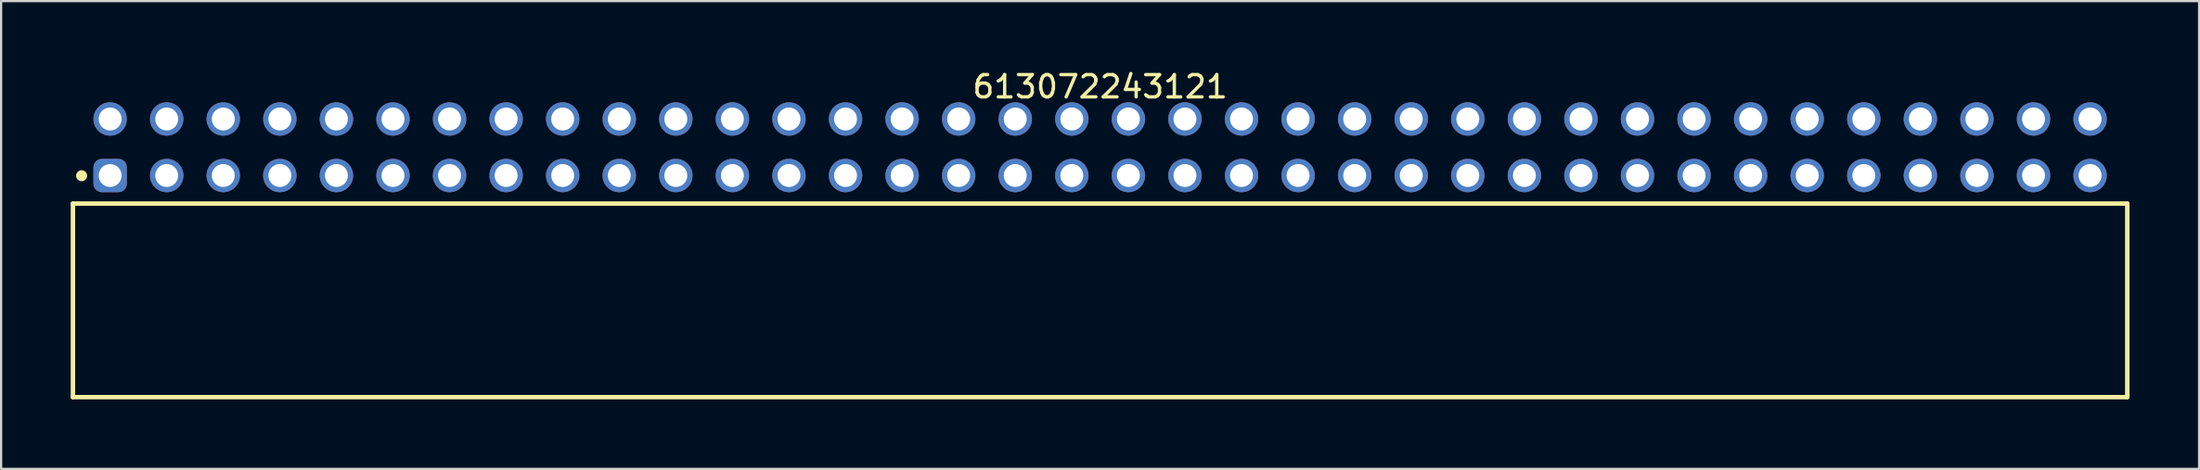
<source format=kicad_pcb>
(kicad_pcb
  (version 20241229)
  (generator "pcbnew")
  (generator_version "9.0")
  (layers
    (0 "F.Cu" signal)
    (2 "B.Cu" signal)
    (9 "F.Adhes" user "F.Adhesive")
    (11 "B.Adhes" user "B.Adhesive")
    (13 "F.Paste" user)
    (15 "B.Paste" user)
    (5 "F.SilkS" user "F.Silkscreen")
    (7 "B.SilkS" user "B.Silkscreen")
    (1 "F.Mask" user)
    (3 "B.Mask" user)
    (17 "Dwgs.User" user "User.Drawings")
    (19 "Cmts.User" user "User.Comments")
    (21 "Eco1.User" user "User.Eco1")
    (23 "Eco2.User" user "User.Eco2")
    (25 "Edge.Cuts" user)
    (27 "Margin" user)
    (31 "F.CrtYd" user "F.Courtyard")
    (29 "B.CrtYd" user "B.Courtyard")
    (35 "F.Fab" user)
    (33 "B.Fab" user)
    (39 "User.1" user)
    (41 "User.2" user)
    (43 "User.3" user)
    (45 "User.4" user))
  (footprint "613072243121"
    (layer "F.Cu")
    (at 46.345 10.448)
    (property "Reference" "613072243121" (at 0 -9.6 0) (layer "F.SilkS") (effects (font (size 1 1) (thickness 0.15))))
    (fp_line (start -46.12 -4.35) (end 46.12 -4.35) (stroke (width 0.2) (type solid)) (layer "F.SilkS"))
    (fp_line (start -46.12 4.35) (end -46.12 -4.35) (stroke (width 0.2) (type solid)) (layer "F.SilkS"))
    (fp_line (start -46.12 4.35) (end 46.12 4.35) (stroke (width 0.2) (type solid)) (layer "F.SilkS"))
    (fp_line (start 46.12 4.35) (end 46.12 -4.35) (stroke (width 0.2) (type solid)) (layer "F.SilkS"))
    (fp_circle (center -45.73 -5.6) (end -45.73 -5.725) (stroke (width 0.25) (type solid)) (fill no) (layer "F.SilkS"))
    (fp_line (start -46.32 -9.1) (end 46.32 -9.1) (stroke (width 0.05) (type solid)) (layer "Eco2.User"))
    (fp_line (start -46.32 4.55) (end -46.32 -9.1) (stroke (width 0.05) (type solid)) (layer "Eco2.User"))
    (fp_line (start -46.32 4.55) (end 46.32 4.55) (stroke (width 0.05) (type solid)) (layer "Eco2.User"))
    (fp_line (start -45.97 -4.25) (end 45.97 -4.25) (stroke (width 0.1) (type solid)) (layer "Eco2.User"))
    (fp_line (start -45.97 4.25) (end -45.97 -4.25) (stroke (width 0.1) (type solid)) (layer "Eco2.User"))
    (fp_line (start -45.97 4.25) (end 45.97 4.25) (stroke (width 0.1) (type solid)) (layer "Eco2.User"))
    (fp_line (start -44.82 -8.35) (end -44.08 -8.35) (stroke (width 0.1) (type solid)) (layer "Eco2.User"))
    (fp_line (start -44.82 -5.81) (end -44.08 -5.81) (stroke (width 0.1) (type solid)) (layer "Eco2.User"))
    (fp_line (start -44.82 -4.25) (end -44.82 -8.35) (stroke (width 0.1) (type solid)) (layer "Eco2.User"))
    (fp_line (start -44.08 -4.25) (end -44.08 -8.35) (stroke (width 0.1) (type solid)) (layer "Eco2.User"))
    (fp_line (start -42.28 -8.35) (end -41.54 -8.35) (stroke (width 0.1) (type solid)) (layer "Eco2.User"))
    (fp_line (start -42.28 -5.81) (end -41.54 -5.81) (stroke (width 0.1) (type solid)) (layer "Eco2.User"))
    (fp_line (start -42.28 -4.25) (end -42.28 -8.35) (stroke (width 0.1) (type solid)) (layer "Eco2.User"))
    (fp_line (start -41.54 -4.25) (end -41.54 -8.35) (stroke (width 0.1) (type solid)) (layer "Eco2.User"))
    (fp_line (start -39.74 -8.35) (end -39 -8.35) (stroke (width 0.1) (type solid)) (layer "Eco2.User"))
    (fp_line (start -39.74 -5.81) (end -39 -5.81) (stroke (width 0.1) (type solid)) (layer "Eco2.User"))
    (fp_line (start -39.74 -4.25) (end -39.74 -8.35) (stroke (width 0.1) (type solid)) (layer "Eco2.User"))
    (fp_line (start -39 -4.25) (end -39 -8.35) (stroke (width 0.1) (type solid)) (layer "Eco2.User"))
    (fp_line (start -37.2 -8.35) (end -36.46 -8.35) (stroke (width 0.1) (type solid)) (layer "Eco2.User"))
    (fp_line (start -37.2 -5.81) (end -36.46 -5.81) (stroke (width 0.1) (type solid)) (layer "Eco2.User"))
    (fp_line (start -37.2 -4.25) (end -37.2 -8.35) (stroke (width 0.1) (type solid)) (layer "Eco2.User"))
    (fp_line (start -36.46 -4.25) (end -36.46 -8.35) (stroke (width 0.1) (type solid)) (layer "Eco2.User"))
    (fp_line (start -34.66 -8.35) (end -33.92 -8.35) (stroke (width 0.1) (type solid)) (layer "Eco2.User"))
    (fp_line (start -34.66 -5.81) (end -33.92 -5.81) (stroke (width 0.1) (type solid)) (layer "Eco2.User"))
    (fp_line (start -34.66 -4.25) (end -34.66 -8.35) (stroke (width 0.1) (type solid)) (layer "Eco2.User"))
    (fp_line (start -33.92 -4.25) (end -33.92 -8.35) (stroke (width 0.1) (type solid)) (layer "Eco2.User"))
    (fp_line (start -32.12 -8.35) (end -31.38 -8.35) (stroke (width 0.1) (type solid)) (layer "Eco2.User"))
    (fp_line (start -32.12 -5.81) (end -31.38 -5.81) (stroke (width 0.1) (type solid)) (layer "Eco2.User"))
    (fp_line (start -32.12 -4.25) (end -32.12 -8.35) (stroke (width 0.1) (type solid)) (layer "Eco2.User"))
    (fp_line (start -31.38 -4.25) (end -31.38 -8.35) (stroke (width 0.1) (type solid)) (layer "Eco2.User"))
    (fp_line (start -29.58 -8.35) (end -28.84 -8.35) (stroke (width 0.1) (type solid)) (layer "Eco2.User"))
    (fp_line (start -29.58 -5.81) (end -28.84 -5.81) (stroke (width 0.1) (type solid)) (layer "Eco2.User"))
    (fp_line (start -29.58 -4.25) (end -29.58 -8.35) (stroke (width 0.1) (type solid)) (layer "Eco2.User"))
    (fp_line (start -28.84 -4.25) (end -28.84 -8.35) (stroke (width 0.1) (type solid)) (layer "Eco2.User"))
    (fp_line (start -27.04 -8.35) (end -26.3 -8.35) (stroke (width 0.1) (type solid)) (layer "Eco2.User"))
    (fp_line (start -27.04 -5.81) (end -26.3 -5.81) (stroke (width 0.1) (type solid)) (layer "Eco2.User"))
    (fp_line (start -27.04 -4.25) (end -27.04 -8.35) (stroke (width 0.1) (type solid)) (layer "Eco2.User"))
    (fp_line (start -26.3 -4.25) (end -26.3 -8.35) (stroke (width 0.1) (type solid)) (layer "Eco2.User"))
    (fp_line (start -24.5 -8.35) (end -23.76 -8.35) (stroke (width 0.1) (type solid)) (layer "Eco2.User"))
    (fp_line (start -24.5 -5.81) (end -23.76 -5.81) (stroke (width 0.1) (type solid)) (layer "Eco2.User"))
    (fp_line (start -24.5 -4.25) (end -24.5 -8.35) (stroke (width 0.1) (type solid)) (layer "Eco2.User"))
    (fp_line (start -23.76 -4.25) (end -23.76 -8.35) (stroke (width 0.1) (type solid)) (layer "Eco2.User"))
    (fp_line (start -21.96 -8.35) (end -21.22 -8.35) (stroke (width 0.1) (type solid)) (layer "Eco2.User"))
    (fp_line (start -21.96 -5.81) (end -21.22 -5.81) (stroke (width 0.1) (type solid)) (layer "Eco2.User"))
    (fp_line (start -21.96 -4.25) (end -21.96 -8.35) (stroke (width 0.1) (type solid)) (layer "Eco2.User"))
    (fp_line (start -21.22 -4.25) (end -21.22 -8.35) (stroke (width 0.1) (type solid)) (layer "Eco2.User"))
    (fp_line (start -19.42 -8.35) (end -18.68 -8.35) (stroke (width 0.1) (type solid)) (layer "Eco2.User"))
    (fp_line (start -19.42 -5.81) (end -18.68 -5.81) (stroke (width 0.1) (type solid)) (layer "Eco2.User"))
    (fp_line (start -19.42 -4.25) (end -19.42 -8.35) (stroke (width 0.1) (type solid)) (layer "Eco2.User"))
    (fp_line (start -18.68 -4.25) (end -18.68 -8.35) (stroke (width 0.1) (type solid)) (layer "Eco2.User"))
    (fp_line (start -16.88 -8.35) (end -16.14 -8.35) (stroke (width 0.1) (type solid)) (layer "Eco2.User"))
    (fp_line (start -16.88 -5.81) (end -16.14 -5.81) (stroke (width 0.1) (type solid)) (layer "Eco2.User"))
    (fp_line (start -16.88 -4.25) (end -16.88 -8.35) (stroke (width 0.1) (type solid)) (layer "Eco2.User"))
    (fp_line (start -16.14 -4.25) (end -16.14 -8.35) (stroke (width 0.1) (type solid)) (layer "Eco2.User"))
    (fp_line (start -14.34 -8.35) (end -13.6 -8.35) (stroke (width 0.1) (type solid)) (layer "Eco2.User"))
    (fp_line (start -14.34 -5.81) (end -13.6 -5.81) (stroke (width 0.1) (type solid)) (layer "Eco2.User"))
    (fp_line (start -14.34 -4.25) (end -14.34 -8.35) (stroke (width 0.1) (type solid)) (layer "Eco2.User"))
    (fp_line (start -13.6 -4.25) (end -13.6 -8.35) (stroke (width 0.1) (type solid)) (layer "Eco2.User"))
    (fp_line (start -11.8 -8.35) (end -11.06 -8.35) (stroke (width 0.1) (type solid)) (layer "Eco2.User"))
    (fp_line (start -11.8 -5.81) (end -11.06 -5.81) (stroke (width 0.1) (type solid)) (layer "Eco2.User"))
    (fp_line (start -11.8 -4.25) (end -11.8 -8.35) (stroke (width 0.1) (type solid)) (layer "Eco2.User"))
    (fp_line (start -11.06 -4.25) (end -11.06 -8.35) (stroke (width 0.1) (type solid)) (layer "Eco2.User"))
    (fp_line (start -9.26 -8.35) (end -8.52 -8.35) (stroke (width 0.1) (type solid)) (layer "Eco2.User"))
    (fp_line (start -9.26 -5.81) (end -8.52 -5.81) (stroke (width 0.1) (type solid)) (layer "Eco2.User"))
    (fp_line (start -9.26 -4.25) (end -9.26 -8.35) (stroke (width 0.1) (type solid)) (layer "Eco2.User"))
    (fp_line (start -8.52 -4.25) (end -8.52 -8.35) (stroke (width 0.1) (type solid)) (layer "Eco2.User"))
    (fp_line (start -6.72 -8.35) (end -5.98 -8.35) (stroke (width 0.1) (type solid)) (layer "Eco2.User"))
    (fp_line (start -6.72 -5.81) (end -5.98 -5.81) (stroke (width 0.1) (type solid)) (layer "Eco2.User"))
    (fp_line (start -6.72 -4.25) (end -6.72 -8.35) (stroke (width 0.1) (type solid)) (layer "Eco2.User"))
    (fp_line (start -5.98 -4.25) (end -5.98 -8.35) (stroke (width 0.1) (type solid)) (layer "Eco2.User"))
    (fp_line (start -4.18 -8.35) (end -3.44 -8.35) (stroke (width 0.1) (type solid)) (layer "Eco2.User"))
    (fp_line (start -4.18 -5.81) (end -3.44 -5.81) (stroke (width 0.1) (type solid)) (layer "Eco2.User"))
    (fp_line (start -4.18 -4.25) (end -4.18 -8.35) (stroke (width 0.1) (type solid)) (layer "Eco2.User"))
    (fp_line (start -3.44 -4.25) (end -3.44 -8.35) (stroke (width 0.1) (type solid)) (layer "Eco2.User"))
    (fp_line (start -1.64 -8.35) (end -0.9 -8.35) (stroke (width 0.1) (type solid)) (layer "Eco2.User"))
    (fp_line (start -1.64 -5.81) (end -0.9 -5.81) (stroke (width 0.1) (type solid)) (layer "Eco2.User"))
    (fp_line (start -1.64 -4.25) (end -1.64 -8.35) (stroke (width 0.1) (type solid)) (layer "Eco2.User"))
    (fp_line (start -0.9 -4.25) (end -0.9 -8.35) (stroke (width 0.1) (type solid)) (layer "Eco2.User"))
    (fp_line (start -0.5 0) (end 0.5 0) (stroke (width 0.05) (type solid)) (layer "Eco2.User"))
    (fp_line (start 0 0.5) (end 0 -0.5) (stroke (width 0.05) (type solid)) (layer "Eco2.User"))
    (fp_line (start 0.9 -8.35) (end 1.64 -8.35) (stroke (width 0.1) (type solid)) (layer "Eco2.User"))
    (fp_line (start 0.9 -5.81) (end 1.64 -5.81) (stroke (width 0.1) (type solid)) (layer "Eco2.User"))
    (fp_line (start 0.9 -4.25) (end 0.9 -8.35) (stroke (width 0.1) (type solid)) (layer "Eco2.User"))
    (fp_line (start 1.64 -4.25) (end 1.64 -8.35) (stroke (width 0.1) (type solid)) (layer "Eco2.User"))
    (fp_line (start 3.44 -8.35) (end 4.18 -8.35) (stroke (width 0.1) (type solid)) (layer "Eco2.User"))
    (fp_line (start 3.44 -5.81) (end 4.18 -5.81) (stroke (width 0.1) (type solid)) (layer "Eco2.User"))
    (fp_line (start 3.44 -4.25) (end 3.44 -8.35) (stroke (width 0.1) (type solid)) (layer "Eco2.User"))
    (fp_line (start 4.18 -4.25) (end 4.18 -8.35) (stroke (width 0.1) (type solid)) (layer "Eco2.User"))
    (fp_line (start 5.98 -8.35) (end 6.72 -8.35) (stroke (width 0.1) (type solid)) (layer "Eco2.User"))
    (fp_line (start 5.98 -5.81) (end 6.72 -5.81) (stroke (width 0.1) (type solid)) (layer "Eco2.User"))
    (fp_line (start 5.98 -4.25) (end 5.98 -8.35) (stroke (width 0.1) (type solid)) (layer "Eco2.User"))
    (fp_line (start 6.72 -4.25) (end 6.72 -8.35) (stroke (width 0.1) (type solid)) (layer "Eco2.User"))
    (fp_line (start 8.52 -8.35) (end 9.26 -8.35) (stroke (width 0.1) (type solid)) (layer "Eco2.User"))
    (fp_line (start 8.52 -5.81) (end 9.26 -5.81) (stroke (width 0.1) (type solid)) (layer "Eco2.User"))
    (fp_line (start 8.52 -4.25) (end 8.52 -8.35) (stroke (width 0.1) (type solid)) (layer "Eco2.User"))
    (fp_line (start 9.26 -4.25) (end 9.26 -8.35) (stroke (width 0.1) (type solid)) (layer "Eco2.User"))
    (fp_line (start 11.06 -8.35) (end 11.8 -8.35) (stroke (width 0.1) (type solid)) (layer "Eco2.User"))
    (fp_line (start 11.06 -5.81) (end 11.8 -5.81) (stroke (width 0.1) (type solid)) (layer "Eco2.User"))
    (fp_line (start 11.06 -4.25) (end 11.06 -8.35) (stroke (width 0.1) (type solid)) (layer "Eco2.User"))
    (fp_line (start 11.8 -4.25) (end 11.8 -8.35) (stroke (width 0.1) (type solid)) (layer "Eco2.User"))
    (fp_line (start 13.6 -8.35) (end 14.34 -8.35) (stroke (width 0.1) (type solid)) (layer "Eco2.User"))
    (fp_line (start 13.6 -5.81) (end 14.34 -5.81) (stroke (width 0.1) (type solid)) (layer "Eco2.User"))
    (fp_line (start 13.6 -4.25) (end 13.6 -8.35) (stroke (width 0.1) (type solid)) (layer "Eco2.User"))
    (fp_line (start 14.34 -4.25) (end 14.34 -8.35) (stroke (width 0.1) (type solid)) (layer "Eco2.User"))
    (fp_line (start 16.14 -8.35) (end 16.88 -8.35) (stroke (width 0.1) (type solid)) (layer "Eco2.User"))
    (fp_line (start 16.14 -5.81) (end 16.88 -5.81) (stroke (width 0.1) (type solid)) (layer "Eco2.User"))
    (fp_line (start 16.14 -4.25) (end 16.14 -8.35) (stroke (width 0.1) (type solid)) (layer "Eco2.User"))
    (fp_line (start 16.88 -4.25) (end 16.88 -8.35) (stroke (width 0.1) (type solid)) (layer "Eco2.User"))
    (fp_line (start 18.68 -8.35) (end 19.42 -8.35) (stroke (width 0.1) (type solid)) (layer "Eco2.User"))
    (fp_line (start 18.68 -5.81) (end 19.42 -5.81) (stroke (width 0.1) (type solid)) (layer "Eco2.User"))
    (fp_line (start 18.68 -4.25) (end 18.68 -8.35) (stroke (width 0.1) (type solid)) (layer "Eco2.User"))
    (fp_line (start 19.42 -4.25) (end 19.42 -8.35) (stroke (width 0.1) (type solid)) (layer "Eco2.User"))
    (fp_line (start 21.22 -8.35) (end 21.96 -8.35) (stroke (width 0.1) (type solid)) (layer "Eco2.User"))
    (fp_line (start 21.22 -5.81) (end 21.96 -5.81) (stroke (width 0.1) (type solid)) (layer "Eco2.User"))
    (fp_line (start 21.22 -4.25) (end 21.22 -8.35) (stroke (width 0.1) (type solid)) (layer "Eco2.User"))
    (fp_line (start 21.96 -4.25) (end 21.96 -8.35) (stroke (width 0.1) (type solid)) (layer "Eco2.User"))
    (fp_line (start 23.76 -8.35) (end 24.5 -8.35) (stroke (width 0.1) (type solid)) (layer "Eco2.User"))
    (fp_line (start 23.76 -5.81) (end 24.5 -5.81) (stroke (width 0.1) (type solid)) (layer "Eco2.User"))
    (fp_line (start 23.76 -4.25) (end 23.76 -8.35) (stroke (width 0.1) (type solid)) (layer "Eco2.User"))
    (fp_line (start 24.5 -4.25) (end 24.5 -8.35) (stroke (width 0.1) (type solid)) (layer "Eco2.User"))
    (fp_line (start 26.3 -8.35) (end 27.04 -8.35) (stroke (width 0.1) (type solid)) (layer "Eco2.User"))
    (fp_line (start 26.3 -5.81) (end 27.04 -5.81) (stroke (width 0.1) (type solid)) (layer "Eco2.User"))
    (fp_line (start 26.3 -4.25) (end 26.3 -8.35) (stroke (width 0.1) (type solid)) (layer "Eco2.User"))
    (fp_line (start 27.04 -4.25) (end 27.04 -8.35) (stroke (width 0.1) (type solid)) (layer "Eco2.User"))
    (fp_line (start 28.84 -8.35) (end 29.58 -8.35) (stroke (width 0.1) (type solid)) (layer "Eco2.User"))
    (fp_line (start 28.84 -5.81) (end 29.58 -5.81) (stroke (width 0.1) (type solid)) (layer "Eco2.User"))
    (fp_line (start 28.84 -4.25) (end 28.84 -8.35) (stroke (width 0.1) (type solid)) (layer "Eco2.User"))
    (fp_line (start 29.58 -4.25) (end 29.58 -8.35) (stroke (width 0.1) (type solid)) (layer "Eco2.User"))
    (fp_line (start 31.38 -8.35) (end 32.12 -8.35) (stroke (width 0.1) (type solid)) (layer "Eco2.User"))
    (fp_line (start 31.38 -5.81) (end 32.12 -5.81) (stroke (width 0.1) (type solid)) (layer "Eco2.User"))
    (fp_line (start 31.38 -4.25) (end 31.38 -8.35) (stroke (width 0.1) (type solid)) (layer "Eco2.User"))
    (fp_line (start 32.12 -4.25) (end 32.12 -8.35) (stroke (width 0.1) (type solid)) (layer "Eco2.User"))
    (fp_line (start 33.92 -8.35) (end 34.66 -8.35) (stroke (width 0.1) (type solid)) (layer "Eco2.User"))
    (fp_line (start 33.92 -5.81) (end 34.66 -5.81) (stroke (width 0.1) (type solid)) (layer "Eco2.User"))
    (fp_line (start 33.92 -4.25) (end 33.92 -8.35) (stroke (width 0.1) (type solid)) (layer "Eco2.User"))
    (fp_line (start 34.66 -4.25) (end 34.66 -8.35) (stroke (width 0.1) (type solid)) (layer "Eco2.User"))
    (fp_line (start 36.46 -8.35) (end 37.2 -8.35) (stroke (width 0.1) (type solid)) (layer "Eco2.User"))
    (fp_line (start 36.46 -5.81) (end 37.2 -5.81) (stroke (width 0.1) (type solid)) (layer "Eco2.User"))
    (fp_line (start 36.46 -4.25) (end 36.46 -8.35) (stroke (width 0.1) (type solid)) (layer "Eco2.User"))
    (fp_line (start 37.2 -4.25) (end 37.2 -8.35) (stroke (width 0.1) (type solid)) (layer "Eco2.User"))
    (fp_line (start 39 -8.35) (end 39.74 -8.35) (stroke (width 0.1) (type solid)) (layer "Eco2.User"))
    (fp_line (start 39 -5.81) (end 39.74 -5.81) (stroke (width 0.1) (type solid)) (layer "Eco2.User"))
    (fp_line (start 39 -4.25) (end 39 -8.35) (stroke (width 0.1) (type solid)) (layer "Eco2.User"))
    (fp_line (start 39.74 -4.25) (end 39.74 -8.35) (stroke (width 0.1) (type solid)) (layer "Eco2.User"))
    (fp_line (start 41.54 -8.35) (end 42.28 -8.35) (stroke (width 0.1) (type solid)) (layer "Eco2.User"))
    (fp_line (start 41.54 -5.81) (end 42.28 -5.81) (stroke (width 0.1) (type solid)) (layer "Eco2.User"))
    (fp_line (start 41.54 -4.25) (end 41.54 -8.35) (stroke (width 0.1) (type solid)) (layer "Eco2.User"))
    (fp_line (start 42.28 -4.25) (end 42.28 -8.35) (stroke (width 0.1) (type solid)) (layer "Eco2.User"))
    (fp_line (start 44.08 -8.35) (end 44.82 -8.35) (stroke (width 0.1) (type solid)) (layer "Eco2.User"))
    (fp_line (start 44.08 -5.81) (end 44.82 -5.81) (stroke (width 0.1) (type solid)) (layer "Eco2.User"))
    (fp_line (start 44.08 -4.25) (end 44.08 -8.35) (stroke (width 0.1) (type solid)) (layer "Eco2.User"))
    (fp_line (start 44.82 -4.25) (end 44.82 -8.35) (stroke (width 0.1) (type solid)) (layer "Eco2.User"))
    (fp_line (start 45.97 4.25) (end 45.97 -4.25) (stroke (width 0.1) (type solid)) (layer "Eco2.User"))
    (fp_line (start 46.32 4.55) (end 46.32 -9.1) (stroke (width 0.05) (type solid)) (layer "Eco2.User"))
    (fp_text user "${REFERENCE}" (at 0.15 -0.197 0) (unlocked yes) (layer "User.3") (effects (font (size 1.5 1.5) (thickness 0.15))))
    (pad "1" thru_hole roundrect (at -44.45 -5.61) (size 1.5 1.5) (drill 1.03) (layers "*.Cu" "*.Mask") (roundrect_rratio 0.25))
    (pad "2" thru_hole circle (at -44.45 -8.15) (size 1.5 1.5) (drill 1.03) (layers "*.Cu" "*.Mask"))
    (pad "3" thru_hole circle (at -41.91 -5.61) (size 1.5 1.5) (drill 1.03) (layers "*.Cu" "*.Mask"))
    (pad "4" thru_hole circle (at -41.91 -8.15) (size 1.5 1.5) (drill 1.03) (layers "*.Cu" "*.Mask"))
    (pad "5" thru_hole circle (at -39.37 -5.61) (size 1.5 1.5) (drill 1.03) (layers "*.Cu" "*.Mask"))
    (pad "6" thru_hole circle (at -39.37 -8.15) (size 1.5 1.5) (drill 1.03) (layers "*.Cu" "*.Mask"))
    (pad "7" thru_hole circle (at -36.83 -5.61) (size 1.5 1.5) (drill 1.03) (layers "*.Cu" "*.Mask"))
    (pad "8" thru_hole circle (at -36.83 -8.15) (size 1.5 1.5) (drill 1.03) (layers "*.Cu" "*.Mask"))
    (pad "9" thru_hole circle (at -34.29 -5.61) (size 1.5 1.5) (drill 1.03) (layers "*.Cu" "*.Mask"))
    (pad "10" thru_hole circle (at -34.29 -8.15) (size 1.5 1.5) (drill 1.03) (layers "*.Cu" "*.Mask"))
    (pad "11" thru_hole circle (at -31.75 -5.61) (size 1.5 1.5) (drill 1.03) (layers "*.Cu" "*.Mask"))
    (pad "12" thru_hole circle (at -31.75 -8.15) (size 1.5 1.5) (drill 1.03) (layers "*.Cu" "*.Mask"))
    (pad "13" thru_hole circle (at -29.21 -5.61) (size 1.5 1.5) (drill 1.03) (layers "*.Cu" "*.Mask"))
    (pad "14" thru_hole circle (at -29.21 -8.15) (size 1.5 1.5) (drill 1.03) (layers "*.Cu" "*.Mask"))
    (pad "15" thru_hole circle (at -26.67 -5.61) (size 1.5 1.5) (drill 1.03) (layers "*.Cu" "*.Mask"))
    (pad "16" thru_hole circle (at -26.67 -8.15) (size 1.5 1.5) (drill 1.03) (layers "*.Cu" "*.Mask"))
    (pad "17" thru_hole circle (at -24.13 -5.61) (size 1.5 1.5) (drill 1.03) (layers "*.Cu" "*.Mask"))
    (pad "18" thru_hole circle (at -24.13 -8.15) (size 1.5 1.5) (drill 1.03) (layers "*.Cu" "*.Mask"))
    (pad "19" thru_hole circle (at -21.59 -5.61) (size 1.5 1.5) (drill 1.03) (layers "*.Cu" "*.Mask"))
    (pad "20" thru_hole circle (at -21.59 -8.15) (size 1.5 1.5) (drill 1.03) (layers "*.Cu" "*.Mask"))
    (pad "21" thru_hole circle (at -19.05 -5.61) (size 1.5 1.5) (drill 1.03) (layers "*.Cu" "*.Mask"))
    (pad "22" thru_hole circle (at -19.05 -8.15) (size 1.5 1.5) (drill 1.03) (layers "*.Cu" "*.Mask"))
    (pad "23" thru_hole circle (at -16.51 -5.61) (size 1.5 1.5) (drill 1.03) (layers "*.Cu" "*.Mask"))
    (pad "24" thru_hole circle (at -16.51 -8.15) (size 1.5 1.5) (drill 1.03) (layers "*.Cu" "*.Mask"))
    (pad "25" thru_hole circle (at -13.97 -5.61) (size 1.5 1.5) (drill 1.03) (layers "*.Cu" "*.Mask"))
    (pad "26" thru_hole circle (at -13.97 -8.15) (size 1.5 1.5) (drill 1.03) (layers "*.Cu" "*.Mask"))
    (pad "27" thru_hole circle (at -11.43 -5.61) (size 1.5 1.5) (drill 1.03) (layers "*.Cu" "*.Mask"))
    (pad "28" thru_hole circle (at -11.43 -8.15) (size 1.5 1.5) (drill 1.03) (layers "*.Cu" "*.Mask"))
    (pad "29" thru_hole circle (at -8.89 -5.61) (size 1.5 1.5) (drill 1.03) (layers "*.Cu" "*.Mask"))
    (pad "30" thru_hole circle (at -8.89 -8.15) (size 1.5 1.5) (drill 1.03) (layers "*.Cu" "*.Mask"))
    (pad "31" thru_hole circle (at -6.35 -5.61) (size 1.5 1.5) (drill 1.03) (layers "*.Cu" "*.Mask"))
    (pad "32" thru_hole circle (at -6.35 -8.15) (size 1.5 1.5) (drill 1.03) (layers "*.Cu" "*.Mask"))
    (pad "33" thru_hole circle (at -3.81 -5.61) (size 1.5 1.5) (drill 1.03) (layers "*.Cu" "*.Mask"))
    (pad "34" thru_hole circle (at -3.81 -8.15) (size 1.5 1.5) (drill 1.03) (layers "*.Cu" "*.Mask"))
    (pad "35" thru_hole circle (at -1.27 -5.61) (size 1.5 1.5) (drill 1.03) (layers "*.Cu" "*.Mask"))
    (pad "36" thru_hole circle (at -1.27 -8.15) (size 1.5 1.5) (drill 1.03) (layers "*.Cu" "*.Mask"))
    (pad "37" thru_hole circle (at 1.27 -5.61) (size 1.5 1.5) (drill 1.03) (layers "*.Cu" "*.Mask"))
    (pad "38" thru_hole circle (at 1.27 -8.15) (size 1.5 1.5) (drill 1.03) (layers "*.Cu" "*.Mask"))
    (pad "39" thru_hole circle (at 3.81 -5.61) (size 1.5 1.5) (drill 1.03) (layers "*.Cu" "*.Mask"))
    (pad "40" thru_hole circle (at 3.81 -8.15) (size 1.5 1.5) (drill 1.03) (layers "*.Cu" "*.Mask"))
    (pad "41" thru_hole circle (at 6.35 -5.61) (size 1.5 1.5) (drill 1.03) (layers "*.Cu" "*.Mask"))
    (pad "42" thru_hole circle (at 6.35 -8.15) (size 1.5 1.5) (drill 1.03) (layers "*.Cu" "*.Mask"))
    (pad "43" thru_hole circle (at 8.89 -5.61) (size 1.5 1.5) (drill 1.03) (layers "*.Cu" "*.Mask"))
    (pad "44" thru_hole circle (at 8.89 -8.15) (size 1.5 1.5) (drill 1.03) (layers "*.Cu" "*.Mask"))
    (pad "45" thru_hole circle (at 11.43 -5.61) (size 1.5 1.5) (drill 1.03) (layers "*.Cu" "*.Mask"))
    (pad "46" thru_hole circle (at 11.43 -8.15) (size 1.5 1.5) (drill 1.03) (layers "*.Cu" "*.Mask"))
    (pad "47" thru_hole circle (at 13.97 -5.61) (size 1.5 1.5) (drill 1.03) (layers "*.Cu" "*.Mask"))
    (pad "48" thru_hole circle (at 13.97 -8.15) (size 1.5 1.5) (drill 1.03) (layers "*.Cu" "*.Mask"))
    (pad "49" thru_hole circle (at 16.51 -5.61) (size 1.5 1.5) (drill 1.03) (layers "*.Cu" "*.Mask"))
    (pad "50" thru_hole circle (at 16.51 -8.15) (size 1.5 1.5) (drill 1.03) (layers "*.Cu" "*.Mask"))
    (pad "51" thru_hole circle (at 19.05 -5.61) (size 1.5 1.5) (drill 1.03) (layers "*.Cu" "*.Mask"))
    (pad "52" thru_hole circle (at 19.05 -8.15) (size 1.5 1.5) (drill 1.03) (layers "*.Cu" "*.Mask"))
    (pad "53" thru_hole circle (at 21.59 -5.61) (size 1.5 1.5) (drill 1.03) (layers "*.Cu" "*.Mask"))
    (pad "54" thru_hole circle (at 21.59 -8.15) (size 1.5 1.5) (drill 1.03) (layers "*.Cu" "*.Mask"))
    (pad "55" thru_hole circle (at 24.13 -5.61) (size 1.5 1.5) (drill 1.03) (layers "*.Cu" "*.Mask"))
    (pad "56" thru_hole circle (at 24.13 -8.15) (size 1.5 1.5) (drill 1.03) (layers "*.Cu" "*.Mask"))
    (pad "57" thru_hole circle (at 26.67 -5.61) (size 1.5 1.5) (drill 1.03) (layers "*.Cu" "*.Mask"))
    (pad "58" thru_hole circle (at 26.67 -8.15) (size 1.5 1.5) (drill 1.03) (layers "*.Cu" "*.Mask"))
    (pad "59" thru_hole circle (at 29.21 -5.61) (size 1.5 1.5) (drill 1.03) (layers "*.Cu" "*.Mask"))
    (pad "60" thru_hole circle (at 29.21 -8.15) (size 1.5 1.5) (drill 1.03) (layers "*.Cu" "*.Mask"))
    (pad "61" thru_hole circle (at 31.75 -5.61) (size 1.5 1.5) (drill 1.03) (layers "*.Cu" "*.Mask"))
    (pad "62" thru_hole circle (at 31.75 -8.15) (size 1.5 1.5) (drill 1.03) (layers "*.Cu" "*.Mask"))
    (pad "63" thru_hole circle (at 34.29 -5.61) (size 1.5 1.5) (drill 1.03) (layers "*.Cu" "*.Mask"))
    (pad "64" thru_hole circle (at 34.29 -8.15) (size 1.5 1.5) (drill 1.03) (layers "*.Cu" "*.Mask"))
    (pad "65" thru_hole circle (at 36.83 -5.61) (size 1.5 1.5) (drill 1.03) (layers "*.Cu" "*.Mask"))
    (pad "66" thru_hole circle (at 36.83 -8.15) (size 1.5 1.5) (drill 1.03) (layers "*.Cu" "*.Mask"))
    (pad "67" thru_hole circle (at 39.37 -5.61) (size 1.5 1.5) (drill 1.03) (layers "*.Cu" "*.Mask"))
    (pad "68" thru_hole circle (at 39.37 -8.15) (size 1.5 1.5) (drill 1.03) (layers "*.Cu" "*.Mask"))
    (pad "69" thru_hole circle (at 41.91 -5.61) (size 1.5 1.5) (drill 1.03) (layers "*.Cu" "*.Mask"))
    (pad "70" thru_hole circle (at 41.91 -8.15) (size 1.5 1.5) (drill 1.03) (layers "*.Cu" "*.Mask"))
    (pad "71" thru_hole circle (at 44.45 -5.61) (size 1.5 1.5) (drill 1.03) (layers "*.Cu" "*.Mask"))
    (pad "72" thru_hole circle (at 44.45 -8.15) (size 1.5 1.5) (drill 1.03) (layers "*.Cu" "*.Mask")))
  (gr_rect
    (start -3 -3)
    (end 95.69 18.023)
    (stroke (width 0.1) (type default))
    (fill no)
    (layer "Edge.Cuts")))
</source>
